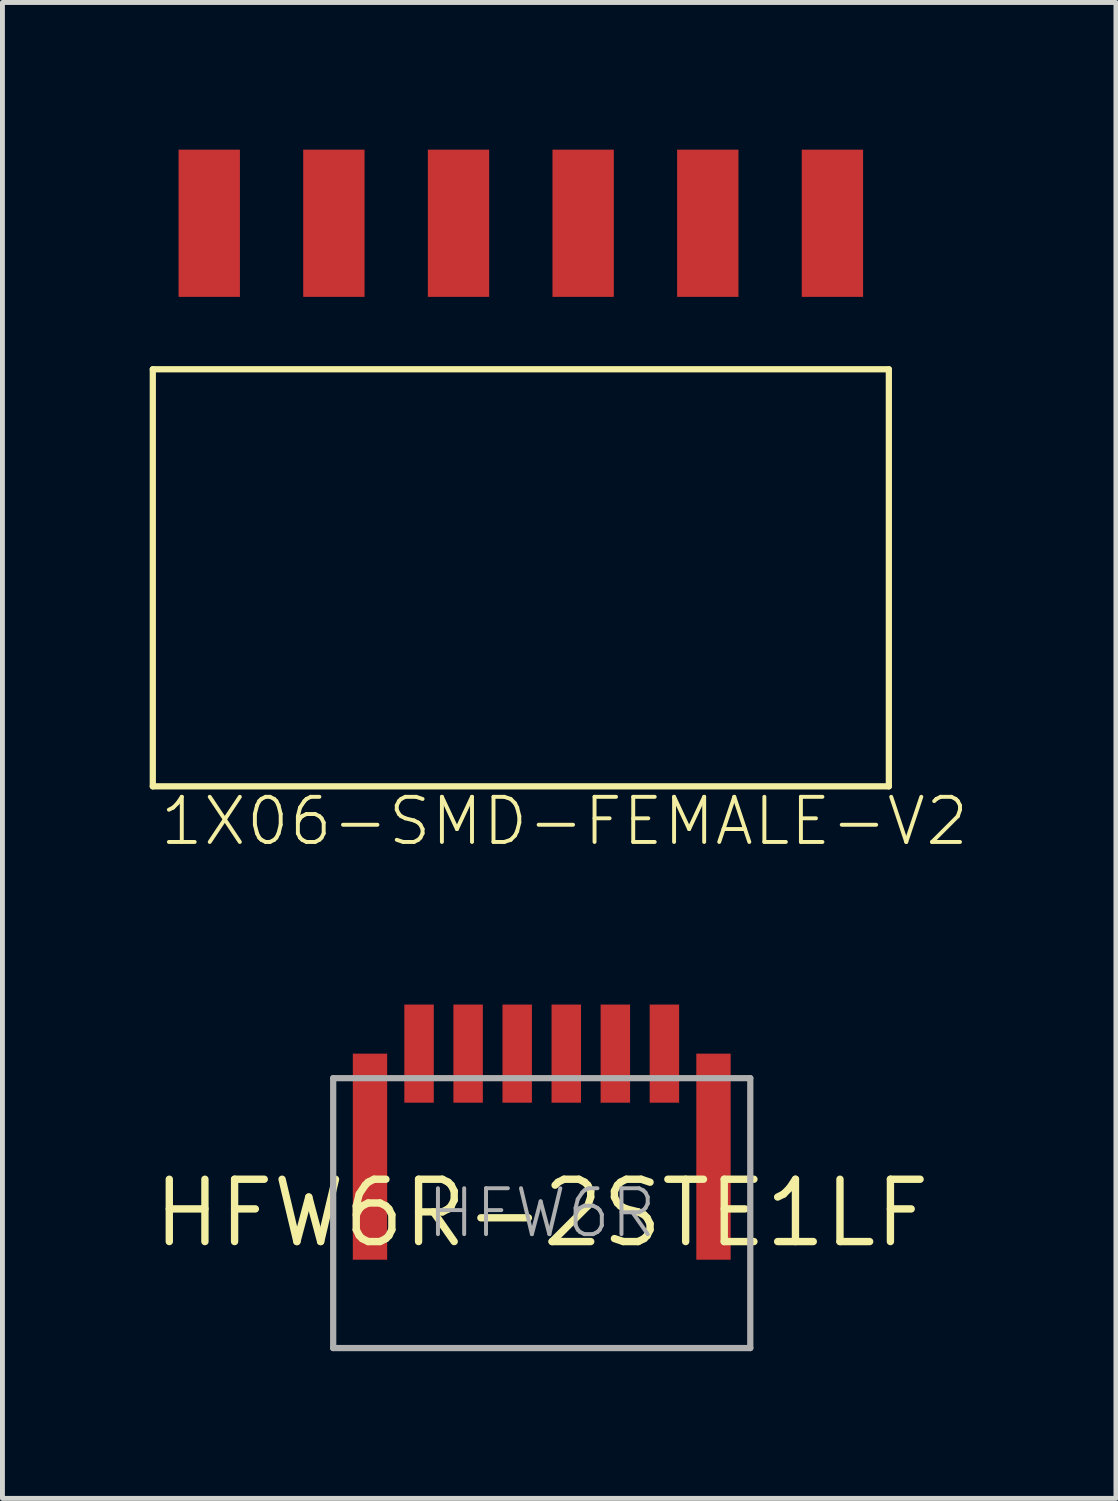
<source format=kicad_pcb>
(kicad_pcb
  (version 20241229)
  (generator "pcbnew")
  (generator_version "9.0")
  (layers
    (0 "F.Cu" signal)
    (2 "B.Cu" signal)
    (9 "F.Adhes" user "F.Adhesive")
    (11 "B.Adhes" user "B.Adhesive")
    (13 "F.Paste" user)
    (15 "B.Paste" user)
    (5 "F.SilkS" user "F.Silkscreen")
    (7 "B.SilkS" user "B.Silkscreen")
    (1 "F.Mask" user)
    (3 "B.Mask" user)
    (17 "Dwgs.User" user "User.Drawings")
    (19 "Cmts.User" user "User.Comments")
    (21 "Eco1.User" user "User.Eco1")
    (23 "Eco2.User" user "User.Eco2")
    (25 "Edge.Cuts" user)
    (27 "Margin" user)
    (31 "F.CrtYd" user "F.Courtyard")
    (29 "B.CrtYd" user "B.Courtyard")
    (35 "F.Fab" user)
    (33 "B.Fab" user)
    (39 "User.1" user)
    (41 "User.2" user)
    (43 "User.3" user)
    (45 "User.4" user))
  (footprint "1X06-SMD-FEMALE-V2"
    (layer "F.Cu")
    (at 7.564 4.925)
    (property "Reference" "1X06-SMD-FEMALE-V2" (at -7.4 9.3 0) (unlocked yes) (layer "F.SilkS") (effects (font (size 0.92 0.92) (thickness 0.08)) (justify left bottom)))
    (fp_line (start -7.5 -0.45) (end -7.5 8.05) (stroke (width 0.127) (type solid)) (layer "F.SilkS"))
    (fp_line (start -7.5 8.05) (end 7.5 8.05) (stroke (width 0.127) (type solid)) (layer "F.SilkS"))
    (fp_line (start 7.5 -0.45) (end -7.5 -0.45) (stroke (width 0.127) (type solid)) (layer "F.SilkS"))
    (fp_line (start 7.5 8.05) (end 7.5 -0.45) (stroke (width 0.127) (type solid)) (layer "F.SilkS"))
    (pad "1" smd rect (at 6.35 -3.425 180) (size 1.25 3) (layers "F.Cu" "F.Mask" "F.Paste"))
    (pad "2" smd rect (at 3.81 -3.425 180) (size 1.25 3) (layers "F.Cu" "F.Mask" "F.Paste"))
    (pad "3" smd rect (at 1.27 -3.425 180) (size 1.25 3) (layers "F.Cu" "F.Mask" "F.Paste"))
    (pad "4" smd rect (at -1.27 -3.425 180) (size 1.25 3) (layers "F.Cu" "F.Mask" "F.Paste"))
    (pad "5" smd rect (at -3.81 -3.425 180) (size 1.25 3) (layers "F.Cu" "F.Mask" "F.Paste"))
    (pad "6" smd rect (at -6.35 -3.425 180) (size 1.25 3) (layers "F.Cu" "F.Mask" "F.Paste")))
  (footprint "HFW6R-2STE1LF"
    (layer "F.Cu")
    (at 7.99 21.672)
    (property "Reference" "HFW6R-2STE1LF" (at 0 0 0) (layer "F.SilkS") (effects (font (size 1.27 1.27) (thickness 0.15))))
    (fp_line (start -4.25 -2.75) (end -4.25 2.75) (stroke (width 0.127) (type solid)) (layer "F.Fab"))
    (fp_line (start -4.25 -2.75) (end 4.25 -2.75) (stroke (width 0.127) (type solid)) (layer "F.Fab"))
    (fp_line (start -4.25 2.75) (end 4.25 2.75) (stroke (width 0.127) (type solid)) (layer "F.Fab"))
    (fp_line (start 4.25 -2.75) (end 4.25 2.75) (stroke (width 0.127) (type solid)) (layer "F.Fab"))
    (fp_text user "HFW6R" (at 0 0 0) (unlocked yes) (layer "F.Fab") (effects (font (size 0.935 0.935) (thickness 0.081))))
    (pad "P$1" smd rect (at -2.5 -3.25) (size 0.6 2) (layers "F.Cu" "F.Mask" "F.Paste"))
    (pad "P$2" smd rect (at -1.5 -3.25) (size 0.6 2) (layers "F.Cu" "F.Mask" "F.Paste"))
    (pad "P$3" smd rect (at -0.5 -3.25) (size 0.6 2) (layers "F.Cu" "F.Mask" "F.Paste"))
    (pad "P$4" smd rect (at 0.5 -3.25) (size 0.6 2) (layers "F.Cu" "F.Mask" "F.Paste"))
    (pad "P$5" smd rect (at 1.5 -3.25) (size 0.6 2) (layers "F.Cu" "F.Mask" "F.Paste"))
    (pad "P$6" smd rect (at 2.5 -3.25) (size 0.6 2) (layers "F.Cu" "F.Mask" "F.Paste"))
    (pad "P$7" smd rect (at -3.5 -1.15) (size 0.7 4.2) (layers "F.Cu" "F.Mask" "F.Paste"))
    (pad "P$8" smd rect (at 3.5 -1.15) (size 0.7 4.2) (layers "F.Cu" "F.Mask" "F.Paste")))
  (gr_rect
    (start -3 -3)
    (end 19.692 27.486)
    (stroke (width 0.1) (type default))
    (fill no)
    (layer "Edge.Cuts")))
</source>
